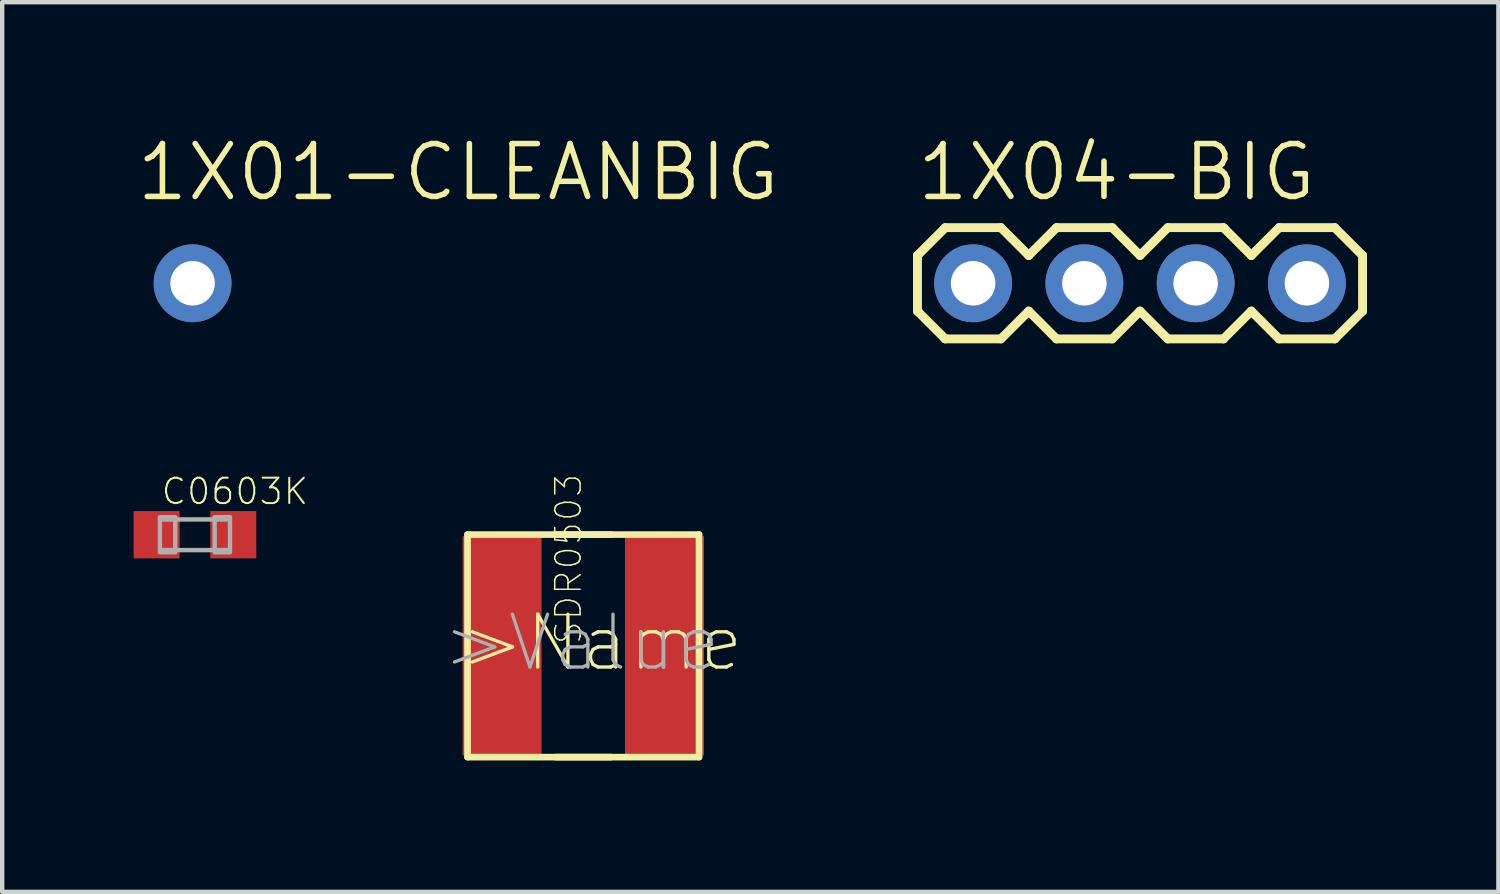
<source format=kicad_pcb>
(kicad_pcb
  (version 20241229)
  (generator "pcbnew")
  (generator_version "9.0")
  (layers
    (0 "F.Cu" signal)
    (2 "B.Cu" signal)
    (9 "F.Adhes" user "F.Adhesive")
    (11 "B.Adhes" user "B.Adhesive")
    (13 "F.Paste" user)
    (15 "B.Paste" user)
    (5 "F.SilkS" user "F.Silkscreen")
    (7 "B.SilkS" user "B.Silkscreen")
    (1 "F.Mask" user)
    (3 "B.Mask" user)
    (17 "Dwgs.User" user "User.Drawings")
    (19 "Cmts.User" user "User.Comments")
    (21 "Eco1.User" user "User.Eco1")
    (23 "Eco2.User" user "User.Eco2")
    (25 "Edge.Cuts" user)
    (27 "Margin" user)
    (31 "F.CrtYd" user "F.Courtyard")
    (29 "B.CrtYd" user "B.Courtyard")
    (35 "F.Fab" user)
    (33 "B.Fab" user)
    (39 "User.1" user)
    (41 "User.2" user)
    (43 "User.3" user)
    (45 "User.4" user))
  (footprint "C0603K"
    (layer "F.Cu")
    (at 1.4 9.156)
    (property "Reference" "C0603K" (at -0.8 -0.65 180) (layer "F.SilkS") (effects (font (size 0.579 0.579) (thickness 0.046)) (justify left bottom)))
    (attr smd)
    (fp_line (start -0.725 -0.35) (end 0.725 -0.35) (stroke (width 0.102) (type solid)) (layer "F.Fab"))
    (fp_line (start 0.725 0.35) (end -0.725 0.35) (stroke (width 0.102) (type solid)) (layer "F.Fab"))
    (fp_poly (pts (xy -0.8 0.4) (xy -0.45 0.4) (xy -0.45 -0.4) (xy -0.8 -0.4)) (stroke (width 0.1) (type solid)) (fill no) (layer "F.Fab"))
    (fp_poly (pts (xy 0.45 0.4) (xy 0.8 0.4) (xy 0.8 -0.4) (xy 0.45 -0.4)) (stroke (width 0.1) (type solid)) (fill no) (layer "F.Fab"))
    (pad "1" smd rect (at -0.875 0) (size 1.05 1.08) (layers "F.Cu" "F.Mask" "F.Paste"))
    (pad "2" smd rect (at 0.875 0) (size 1.05 1.08) (layers "F.Cu" "F.Mask" "F.Paste")))
  (footprint "1X04-BIG"
    (layer "F.Cu")
    (at 19.162 3.416)
    (property "Reference" "1X04-BIG" (at -1.346 -1.829 0) (layer "F.SilkS") (effects (font (size 1.206 1.206) (thickness 0.127)) (justify left bottom)))
    (attr through_hole)
    (fp_line (start -1.27 -0.635) (end -1.27 0.635) (stroke (width 0.203) (type solid)) (layer "F.SilkS"))
    (fp_line (start -1.27 0.635) (end -0.635 1.27) (stroke (width 0.203) (type solid)) (layer "F.SilkS"))
    (fp_line (start -0.635 -1.27) (end -1.27 -0.635) (stroke (width 0.203) (type solid)) (layer "F.SilkS"))
    (fp_line (start -0.635 -1.27) (end 0.635 -1.27) (stroke (width 0.203) (type solid)) (layer "F.SilkS"))
    (fp_line (start 0.635 -1.27) (end 1.27 -0.635) (stroke (width 0.203) (type solid)) (layer "F.SilkS"))
    (fp_line (start 0.635 1.27) (end -0.635 1.27) (stroke (width 0.203) (type solid)) (layer "F.SilkS"))
    (fp_line (start 1.27 -0.635) (end 1.905 -1.27) (stroke (width 0.203) (type solid)) (layer "F.SilkS"))
    (fp_line (start 1.27 0.635) (end 0.635 1.27) (stroke (width 0.203) (type solid)) (layer "F.SilkS"))
    (fp_line (start 1.905 -1.27) (end 3.175 -1.27) (stroke (width 0.203) (type solid)) (layer "F.SilkS"))
    (fp_line (start 1.905 1.27) (end 1.27 0.635) (stroke (width 0.203) (type solid)) (layer "F.SilkS"))
    (fp_line (start 3.175 -1.27) (end 3.81 -0.635) (stroke (width 0.203) (type solid)) (layer "F.SilkS"))
    (fp_line (start 3.175 1.27) (end 1.905 1.27) (stroke (width 0.203) (type solid)) (layer "F.SilkS"))
    (fp_line (start 3.81 -0.635) (end 4.445 -1.27) (stroke (width 0.203) (type solid)) (layer "F.SilkS"))
    (fp_line (start 3.81 0.635) (end 3.175 1.27) (stroke (width 0.203) (type solid)) (layer "F.SilkS"))
    (fp_line (start 4.445 -1.27) (end 5.715 -1.27) (stroke (width 0.203) (type solid)) (layer "F.SilkS"))
    (fp_line (start 4.445 1.27) (end 3.81 0.635) (stroke (width 0.203) (type solid)) (layer "F.SilkS"))
    (fp_line (start 5.715 -1.27) (end 6.35 -0.635) (stroke (width 0.203) (type solid)) (layer "F.SilkS"))
    (fp_line (start 5.715 1.27) (end 4.445 1.27) (stroke (width 0.203) (type solid)) (layer "F.SilkS"))
    (fp_line (start 6.35 0.635) (end 5.715 1.27) (stroke (width 0.203) (type solid)) (layer "F.SilkS"))
    (fp_line (start 6.35 0.635) (end 6.985 1.27) (stroke (width 0.203) (type solid)) (layer "F.SilkS"))
    (fp_line (start 6.985 -1.27) (end 6.35 -0.635) (stroke (width 0.203) (type solid)) (layer "F.SilkS"))
    (fp_line (start 6.985 -1.27) (end 8.255 -1.27) (stroke (width 0.203) (type solid)) (layer "F.SilkS"))
    (fp_line (start 8.255 -1.27) (end 8.89 -0.635) (stroke (width 0.203) (type solid)) (layer "F.SilkS"))
    (fp_line (start 8.255 1.27) (end 6.985 1.27) (stroke (width 0.203) (type solid)) (layer "F.SilkS"))
    (fp_line (start 8.89 -0.635) (end 8.89 0.635) (stroke (width 0.203) (type solid)) (layer "F.SilkS"))
    (fp_line (start 8.89 0.635) (end 8.255 1.27) (stroke (width 0.203) (type solid)) (layer "F.SilkS"))
    (fp_poly (pts (xy -0.254 0.254) (xy 0.254 0.254) (xy 0.254 -0.254) (xy -0.254 -0.254)) (stroke (width 0.1) (type solid)) (fill no) (layer "F.Fab"))
    (fp_poly (pts (xy 2.286 0.254) (xy 2.794 0.254) (xy 2.794 -0.254) (xy 2.286 -0.254)) (stroke (width 0.1) (type solid)) (fill no) (layer "F.Fab"))
    (fp_poly (pts (xy 4.826 0.254) (xy 5.334 0.254) (xy 5.334 -0.254) (xy 4.826 -0.254)) (stroke (width 0.1) (type solid)) (fill no) (layer "F.Fab"))
    (fp_poly (pts (xy 7.366 0.254) (xy 7.874 0.254) (xy 7.874 -0.254) (xy 7.366 -0.254)) (stroke (width 0.1) (type solid)) (fill no) (layer "F.Fab"))
    (pad "1" thru_hole circle (at 0 0 90) (size 1.778 1.778) (drill 1.016) (layers "*.Cu" "*.Mask"))
    (pad "2" thru_hole circle (at 2.54 0 90) (size 1.778 1.778) (drill 1.016) (layers "*.Cu" "*.Mask"))
    (pad "3" thru_hole circle (at 5.08 0 90) (size 1.778 1.778) (drill 1.016) (layers "*.Cu" "*.Mask"))
    (pad "4" thru_hole circle (at 7.62 0 90) (size 1.778 1.778) (drill 1.016) (layers "*.Cu" "*.Mask")))
  (footprint "SDR0503"
    (layer "F.Cu")
    (at 10.264 11.692)
    (property "Reference" "SDR0503" (at 0 0 90) (layer "F.SilkS") (effects (font (size 0.579 0.579) (thickness 0.035)) (justify left bottom)))
    (attr smd)
    (fp_line (start -2.642 -2.54) (end 2.642 -2.54) (stroke (width 0.152) (type solid)) (layer "F.SilkS"))
    (fp_line (start -2.642 2.54) (end -2.642 -2.54) (stroke (width 0.152) (type solid)) (layer "F.SilkS"))
    (fp_line (start -0.635 -2.54) (end 0.635 -2.54) (stroke (width 0.152) (type solid)) (layer "F.SilkS"))
    (fp_line (start 0.635 2.54) (end -0.635 2.54) (stroke (width 0.152) (type solid)) (layer "F.SilkS"))
    (fp_line (start 2.642 -2.54) (end 2.642 2.54) (stroke (width 0.152) (type solid)) (layer "F.SilkS"))
    (fp_line (start 2.642 2.54) (end -2.642 2.54) (stroke (width 0.152) (type solid)) (layer "F.SilkS"))
    (fp_text user ">Name" (at -2.87 0.635 0) (layer "F.SilkS") (effects (font (size 1.206 1.206) (thickness 0.076)) (justify left bottom)))
    (fp_text user ">Value" (at -3.277 0.635 0) (layer "F.Fab") (effects (font (size 1.206 1.206) (thickness 0.076)) (justify left bottom)))
    (pad "1" smd rect (at -1.854 0) (size 1.803 5.004) (layers "F.Cu" "F.Mask" "F.Paste"))
    (pad "2" smd rect (at 1.854 0) (size 1.803 5.004) (layers "F.Cu" "F.Mask" "F.Paste")))
  (footprint "1X01-CLEANBIG"
    (layer "F.Cu")
    (at 1.346 3.416)
    (property "Reference" "1X01-CLEANBIG" (at -1.346 -1.829 0) (layer "F.SilkS") (effects (font (size 1.206 1.206) (thickness 0.127)) (justify left bottom)))
    (attr through_hole)
    (pad "1" thru_hole circle (at 0 0) (size 1.778 1.778) (drill 1.016) (layers "*.Cu" "*.Mask")))
  (gr_rect
    (start -3 -3)
    (end 31.153 17.308)
    (stroke (width 0.1) (type default))
    (fill no)
    (layer "Edge.Cuts")))
</source>
